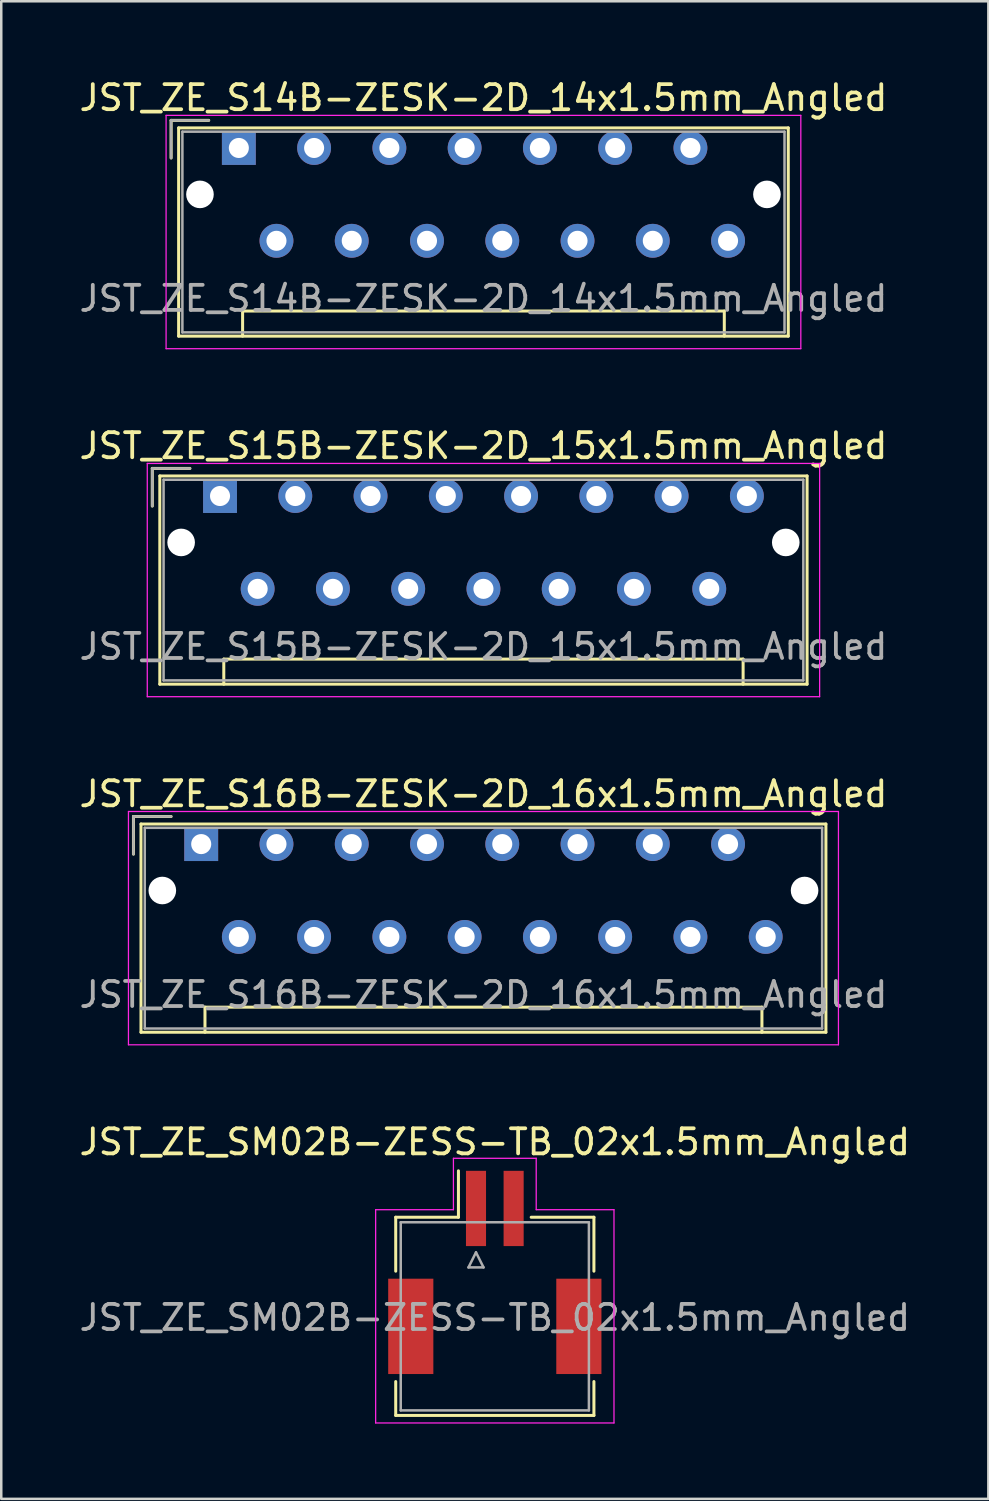
<source format=kicad_pcb>
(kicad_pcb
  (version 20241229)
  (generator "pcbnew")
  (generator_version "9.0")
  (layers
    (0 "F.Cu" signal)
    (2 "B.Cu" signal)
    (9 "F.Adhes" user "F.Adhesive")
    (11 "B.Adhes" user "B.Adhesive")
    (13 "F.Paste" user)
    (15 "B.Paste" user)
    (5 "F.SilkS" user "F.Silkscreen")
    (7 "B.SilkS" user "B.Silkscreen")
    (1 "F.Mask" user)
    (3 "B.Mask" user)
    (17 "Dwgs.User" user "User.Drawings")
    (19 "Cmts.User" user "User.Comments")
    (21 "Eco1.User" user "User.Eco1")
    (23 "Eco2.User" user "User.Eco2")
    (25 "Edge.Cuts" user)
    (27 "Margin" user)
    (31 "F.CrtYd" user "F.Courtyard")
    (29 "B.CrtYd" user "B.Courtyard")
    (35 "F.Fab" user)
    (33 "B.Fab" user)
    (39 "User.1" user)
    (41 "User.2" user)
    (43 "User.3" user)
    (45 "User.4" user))
  (footprint "JST_ZE_S14B-ZESK-2D_14x1.5mm_Angled"
    (layer "F.Cu")
    (at 6.47 2.848)
    (property "Reference" "JST_ZE_S14B-ZESK-2D_14x1.5mm_Angled" (at 9.75 -2 0) (layer "F.SilkS") (effects (font (size 1 1) (thickness 0.15))))
    (attr through_hole)
    (fp_line (start -2.7 -1.1) (end -1.2 -1.1) (stroke (width 0.12) (type solid)) (layer "F.SilkS"))
    (fp_line (start -2.7 0.4) (end -2.7 -1.1) (stroke (width 0.12) (type solid)) (layer "F.SilkS"))
    (fp_line (start -2.4 -0.8) (end -2.4 7.5) (stroke (width 0.12) (type solid)) (layer "F.SilkS"))
    (fp_line (start -2.4 7.5) (end 21.9 7.5) (stroke (width 0.12) (type solid)) (layer "F.SilkS"))
    (fp_line (start 0.15 6.5) (end 19.35 6.5) (stroke (width 0.12) (type solid)) (layer "F.SilkS"))
    (fp_line (start 0.15 7.5) (end 0.15 6.5) (stroke (width 0.12) (type solid)) (layer "F.SilkS"))
    (fp_line (start 19.35 6.5) (end 19.35 7.5) (stroke (width 0.12) (type solid)) (layer "F.SilkS"))
    (fp_line (start 21.9 -0.8) (end -2.4 -0.8) (stroke (width 0.12) (type solid)) (layer "F.SilkS"))
    (fp_line (start 21.9 7.5) (end 21.9 -0.8) (stroke (width 0.12) (type solid)) (layer "F.SilkS"))
    (fp_line (start -2.9 -1.3) (end -2.9 8) (stroke (width 0.05) (type solid)) (layer "F.CrtYd"))
    (fp_line (start -2.9 8) (end 22.4 8) (stroke (width 0.05) (type solid)) (layer "F.CrtYd"))
    (fp_line (start 22.4 -1.3) (end -2.9 -1.3) (stroke (width 0.05) (type solid)) (layer "F.CrtYd"))
    (fp_line (start 22.4 8) (end 22.4 -1.3) (stroke (width 0.05) (type solid)) (layer "F.CrtYd"))
    (fp_line (start -2.7 -1.1) (end -1.2 -1.1) (stroke (width 0.1) (type solid)) (layer "F.Fab"))
    (fp_line (start -2.7 0.4) (end -2.7 -1.1) (stroke (width 0.1) (type solid)) (layer "F.Fab"))
    (fp_line (start -2.25 -0.65) (end -2.25 7.35) (stroke (width 0.1) (type solid)) (layer "F.Fab"))
    (fp_line (start -2.25 7.35) (end 21.75 7.35) (stroke (width 0.1) (type solid)) (layer "F.Fab"))
    (fp_line (start 21.75 -0.65) (end -2.25 -0.65) (stroke (width 0.1) (type solid)) (layer "F.Fab"))
    (fp_line (start 21.75 7.35) (end 21.75 -0.65) (stroke (width 0.1) (type solid)) (layer "F.Fab"))
    (fp_text user "${REFERENCE}" (at 9.75 6 0) (layer "F.Fab") (effects (font (size 1 1) (thickness 0.15))))
    (pad "" np_thru_hole circle (at -1.55 1.85) (size 1.1 1.1) (drill 1.1) (layers "*.Cu"))
    (pad "" np_thru_hole circle (at 21.05 1.85) (size 1.1 1.1) (drill 1.1) (layers "*.Cu"))
    (pad "1" thru_hole rect (at 0 0) (size 1.35 1.35) (drill 0.8) (layers "*.Cu" "*.Mask"))
    (pad "2" thru_hole circle (at 1.5 3.7) (size 1.35 1.35) (drill 0.8) (layers "*.Cu" "*.Mask"))
    (pad "3" thru_hole circle (at 3 0) (size 1.35 1.35) (drill 0.8) (layers "*.Cu" "*.Mask"))
    (pad "4" thru_hole circle (at 4.5 3.7) (size 1.35 1.35) (drill 0.8) (layers "*.Cu" "*.Mask"))
    (pad "5" thru_hole circle (at 6 0) (size 1.35 1.35) (drill 0.8) (layers "*.Cu" "*.Mask"))
    (pad "6" thru_hole circle (at 7.5 3.7) (size 1.35 1.35) (drill 0.8) (layers "*.Cu" "*.Mask"))
    (pad "7" thru_hole circle (at 9 0) (size 1.35 1.35) (drill 0.8) (layers "*.Cu" "*.Mask"))
    (pad "8" thru_hole circle (at 10.5 3.7) (size 1.35 1.35) (drill 0.8) (layers "*.Cu" "*.Mask"))
    (pad "9" thru_hole circle (at 12 0) (size 1.35 1.35) (drill 0.8) (layers "*.Cu" "*.Mask"))
    (pad "10" thru_hole circle (at 13.5 3.7) (size 1.35 1.35) (drill 0.8) (layers "*.Cu" "*.Mask"))
    (pad "11" thru_hole circle (at 15 0) (size 1.35 1.35) (drill 0.8) (layers "*.Cu" "*.Mask"))
    (pad "12" thru_hole circle (at 16.5 3.7) (size 1.35 1.35) (drill 0.8) (layers "*.Cu" "*.Mask"))
    (pad "13" thru_hole circle (at 18 0) (size 1.35 1.35) (drill 0.8) (layers "*.Cu" "*.Mask"))
    (pad "14" thru_hole circle (at 19.5 3.7) (size 1.35 1.35) (drill 0.8) (layers "*.Cu" "*.Mask")))
  (footprint "JST_ZE_S16B-ZESK-2D_16x1.5mm_Angled"
    (layer "F.Cu")
    (at 4.97 30.595)
    (property "Reference" "JST_ZE_S16B-ZESK-2D_16x1.5mm_Angled" (at 11.25 -2 0) (layer "F.SilkS") (effects (font (size 1 1) (thickness 0.15))))
    (attr through_hole)
    (fp_line (start -2.7 -1.1) (end -1.2 -1.1) (stroke (width 0.12) (type solid)) (layer "F.SilkS"))
    (fp_line (start -2.7 0.4) (end -2.7 -1.1) (stroke (width 0.12) (type solid)) (layer "F.SilkS"))
    (fp_line (start -2.4 -0.8) (end -2.4 7.5) (stroke (width 0.12) (type solid)) (layer "F.SilkS"))
    (fp_line (start -2.4 7.5) (end 24.9 7.5) (stroke (width 0.12) (type solid)) (layer "F.SilkS"))
    (fp_line (start 0.15 6.5) (end 22.35 6.5) (stroke (width 0.12) (type solid)) (layer "F.SilkS"))
    (fp_line (start 0.15 7.5) (end 0.15 6.5) (stroke (width 0.12) (type solid)) (layer "F.SilkS"))
    (fp_line (start 22.35 6.5) (end 22.35 7.5) (stroke (width 0.12) (type solid)) (layer "F.SilkS"))
    (fp_line (start 24.9 -0.8) (end -2.4 -0.8) (stroke (width 0.12) (type solid)) (layer "F.SilkS"))
    (fp_line (start 24.9 7.5) (end 24.9 -0.8) (stroke (width 0.12) (type solid)) (layer "F.SilkS"))
    (fp_line (start -2.9 -1.3) (end -2.9 8) (stroke (width 0.05) (type solid)) (layer "F.CrtYd"))
    (fp_line (start -2.9 8) (end 25.4 8) (stroke (width 0.05) (type solid)) (layer "F.CrtYd"))
    (fp_line (start 25.4 -1.3) (end -2.9 -1.3) (stroke (width 0.05) (type solid)) (layer "F.CrtYd"))
    (fp_line (start 25.4 8) (end 25.4 -1.3) (stroke (width 0.05) (type solid)) (layer "F.CrtYd"))
    (fp_line (start -2.7 -1.1) (end -1.2 -1.1) (stroke (width 0.1) (type solid)) (layer "F.Fab"))
    (fp_line (start -2.7 0.4) (end -2.7 -1.1) (stroke (width 0.1) (type solid)) (layer "F.Fab"))
    (fp_line (start -2.25 -0.65) (end -2.25 7.35) (stroke (width 0.1) (type solid)) (layer "F.Fab"))
    (fp_line (start -2.25 7.35) (end 24.75 7.35) (stroke (width 0.1) (type solid)) (layer "F.Fab"))
    (fp_line (start 24.75 -0.65) (end -2.25 -0.65) (stroke (width 0.1) (type solid)) (layer "F.Fab"))
    (fp_line (start 24.75 7.35) (end 24.75 -0.65) (stroke (width 0.1) (type solid)) (layer "F.Fab"))
    (fp_text user "${REFERENCE}" (at 11.25 6 0) (layer "F.Fab") (effects (font (size 1 1) (thickness 0.15))))
    (pad "" np_thru_hole circle (at -1.55 1.85) (size 1.1 1.1) (drill 1.1) (layers "*.Cu"))
    (pad "" np_thru_hole circle (at 24.05 1.85) (size 1.1 1.1) (drill 1.1) (layers "*.Cu"))
    (pad "1" thru_hole rect (at 0 0) (size 1.35 1.35) (drill 0.8) (layers "*.Cu" "*.Mask"))
    (pad "2" thru_hole circle (at 1.5 3.7) (size 1.35 1.35) (drill 0.8) (layers "*.Cu" "*.Mask"))
    (pad "3" thru_hole circle (at 3 0) (size 1.35 1.35) (drill 0.8) (layers "*.Cu" "*.Mask"))
    (pad "4" thru_hole circle (at 4.5 3.7) (size 1.35 1.35) (drill 0.8) (layers "*.Cu" "*.Mask"))
    (pad "5" thru_hole circle (at 6 0) (size 1.35 1.35) (drill 0.8) (layers "*.Cu" "*.Mask"))
    (pad "6" thru_hole circle (at 7.5 3.7) (size 1.35 1.35) (drill 0.8) (layers "*.Cu" "*.Mask"))
    (pad "7" thru_hole circle (at 9 0) (size 1.35 1.35) (drill 0.8) (layers "*.Cu" "*.Mask"))
    (pad "8" thru_hole circle (at 10.5 3.7) (size 1.35 1.35) (drill 0.8) (layers "*.Cu" "*.Mask"))
    (pad "9" thru_hole circle (at 12 0) (size 1.35 1.35) (drill 0.8) (layers "*.Cu" "*.Mask"))
    (pad "10" thru_hole circle (at 13.5 3.7) (size 1.35 1.35) (drill 0.8) (layers "*.Cu" "*.Mask"))
    (pad "11" thru_hole circle (at 15 0) (size 1.35 1.35) (drill 0.8) (layers "*.Cu" "*.Mask"))
    (pad "12" thru_hole circle (at 16.5 3.7) (size 1.35 1.35) (drill 0.8) (layers "*.Cu" "*.Mask"))
    (pad "13" thru_hole circle (at 18 0) (size 1.35 1.35) (drill 0.8) (layers "*.Cu" "*.Mask"))
    (pad "14" thru_hole circle (at 19.5 3.7) (size 1.35 1.35) (drill 0.8) (layers "*.Cu" "*.Mask"))
    (pad "15" thru_hole circle (at 21 0) (size 1.35 1.35) (drill 0.8) (layers "*.Cu" "*.Mask"))
    (pad "16" thru_hole circle (at 22.5 3.7) (size 1.35 1.35) (drill 0.8) (layers "*.Cu" "*.Mask")))
  (footprint "JST_ZE_S15B-ZESK-2D_15x1.5mm_Angled"
    (layer "F.Cu")
    (at 5.72 16.721)
    (property "Reference" "JST_ZE_S15B-ZESK-2D_15x1.5mm_Angled" (at 10.5 -2 0) (layer "F.SilkS") (effects (font (size 1 1) (thickness 0.15))))
    (attr through_hole)
    (fp_line (start -2.7 -1.1) (end -1.2 -1.1) (stroke (width 0.12) (type solid)) (layer "F.SilkS"))
    (fp_line (start -2.7 0.4) (end -2.7 -1.1) (stroke (width 0.12) (type solid)) (layer "F.SilkS"))
    (fp_line (start -2.4 -0.8) (end -2.4 7.5) (stroke (width 0.12) (type solid)) (layer "F.SilkS"))
    (fp_line (start -2.4 7.5) (end 23.4 7.5) (stroke (width 0.12) (type solid)) (layer "F.SilkS"))
    (fp_line (start 0.15 6.5) (end 20.85 6.5) (stroke (width 0.12) (type solid)) (layer "F.SilkS"))
    (fp_line (start 0.15 7.5) (end 0.15 6.5) (stroke (width 0.12) (type solid)) (layer "F.SilkS"))
    (fp_line (start 20.85 6.5) (end 20.85 7.5) (stroke (width 0.12) (type solid)) (layer "F.SilkS"))
    (fp_line (start 23.4 -0.8) (end -2.4 -0.8) (stroke (width 0.12) (type solid)) (layer "F.SilkS"))
    (fp_line (start 23.4 7.5) (end 23.4 -0.8) (stroke (width 0.12) (type solid)) (layer "F.SilkS"))
    (fp_line (start -2.9 -1.3) (end -2.9 8) (stroke (width 0.05) (type solid)) (layer "F.CrtYd"))
    (fp_line (start -2.9 8) (end 23.9 8) (stroke (width 0.05) (type solid)) (layer "F.CrtYd"))
    (fp_line (start 23.9 -1.3) (end -2.9 -1.3) (stroke (width 0.05) (type solid)) (layer "F.CrtYd"))
    (fp_line (start 23.9 8) (end 23.9 -1.3) (stroke (width 0.05) (type solid)) (layer "F.CrtYd"))
    (fp_line (start -2.7 -1.1) (end -1.2 -1.1) (stroke (width 0.1) (type solid)) (layer "F.Fab"))
    (fp_line (start -2.7 0.4) (end -2.7 -1.1) (stroke (width 0.1) (type solid)) (layer "F.Fab"))
    (fp_line (start -2.25 -0.65) (end -2.25 7.35) (stroke (width 0.1) (type solid)) (layer "F.Fab"))
    (fp_line (start -2.25 7.35) (end 23.25 7.35) (stroke (width 0.1) (type solid)) (layer "F.Fab"))
    (fp_line (start 23.25 -0.65) (end -2.25 -0.65) (stroke (width 0.1) (type solid)) (layer "F.Fab"))
    (fp_line (start 23.25 7.35) (end 23.25 -0.65) (stroke (width 0.1) (type solid)) (layer "F.Fab"))
    (fp_text user "${REFERENCE}" (at 10.5 6 0) (layer "F.Fab") (effects (font (size 1 1) (thickness 0.15))))
    (pad "" np_thru_hole circle (at -1.55 1.85) (size 1.1 1.1) (drill 1.1) (layers "*.Cu"))
    (pad "" np_thru_hole circle (at 22.55 1.85) (size 1.1 1.1) (drill 1.1) (layers "*.Cu"))
    (pad "1" thru_hole rect (at 0 0) (size 1.35 1.35) (drill 0.8) (layers "*.Cu" "*.Mask"))
    (pad "2" thru_hole circle (at 1.5 3.7) (size 1.35 1.35) (drill 0.8) (layers "*.Cu" "*.Mask"))
    (pad "3" thru_hole circle (at 3 0) (size 1.35 1.35) (drill 0.8) (layers "*.Cu" "*.Mask"))
    (pad "4" thru_hole circle (at 4.5 3.7) (size 1.35 1.35) (drill 0.8) (layers "*.Cu" "*.Mask"))
    (pad "5" thru_hole circle (at 6 0) (size 1.35 1.35) (drill 0.8) (layers "*.Cu" "*.Mask"))
    (pad "6" thru_hole circle (at 7.5 3.7) (size 1.35 1.35) (drill 0.8) (layers "*.Cu" "*.Mask"))
    (pad "7" thru_hole circle (at 9 0) (size 1.35 1.35) (drill 0.8) (layers "*.Cu" "*.Mask"))
    (pad "8" thru_hole circle (at 10.5 3.7) (size 1.35 1.35) (drill 0.8) (layers "*.Cu" "*.Mask"))
    (pad "9" thru_hole circle (at 12 0) (size 1.35 1.35) (drill 0.8) (layers "*.Cu" "*.Mask"))
    (pad "10" thru_hole circle (at 13.5 3.7) (size 1.35 1.35) (drill 0.8) (layers "*.Cu" "*.Mask"))
    (pad "11" thru_hole circle (at 15 0) (size 1.35 1.35) (drill 0.8) (layers "*.Cu" "*.Mask"))
    (pad "12" thru_hole circle (at 16.5 3.7) (size 1.35 1.35) (drill 0.8) (layers "*.Cu" "*.Mask"))
    (pad "13" thru_hole circle (at 18 0) (size 1.35 1.35) (drill 0.8) (layers "*.Cu" "*.Mask"))
    (pad "14" thru_hole circle (at 19.5 3.7) (size 1.35 1.35) (drill 0.8) (layers "*.Cu" "*.Mask"))
    (pad "15" thru_hole circle (at 21 0) (size 1.35 1.35) (drill 0.8) (layers "*.Cu" "*.Mask")))
  (footprint "JST_ZE_SM02B-ZESS-TB_02x1.5mm_Angled"
    (layer "F.Cu")
    (at 16.673 47.468)
    (property "Reference" "JST_ZE_SM02B-ZESS-TB_02x1.5mm_Angled" (at 0 -5 0) (layer "F.SilkS") (effects (font (size 1 1) (thickness 0.15))))
    (attr smd)
    (fp_line (start -3.95 -2) (end -1.45 -2) (stroke (width 0.12) (type solid)) (layer "F.SilkS"))
    (fp_line (start -3.95 0.15) (end -3.95 -2) (stroke (width 0.12) (type solid)) (layer "F.SilkS"))
    (fp_line (start -3.95 4.55) (end -3.95 5.9) (stroke (width 0.12) (type solid)) (layer "F.SilkS"))
    (fp_line (start -3.95 5.9) (end 3.95 5.9) (stroke (width 0.12) (type solid)) (layer "F.SilkS"))
    (fp_line (start -1.45 -2) (end -1.45 -3.85) (stroke (width 0.12) (type solid)) (layer "F.SilkS"))
    (fp_line (start 3.95 -2) (end 1.45 -2) (stroke (width 0.12) (type solid)) (layer "F.SilkS"))
    (fp_line (start 3.95 0.15) (end 3.95 -2) (stroke (width 0.12) (type solid)) (layer "F.SilkS"))
    (fp_line (start 3.95 5.9) (end 3.95 4.55) (stroke (width 0.12) (type solid)) (layer "F.SilkS"))
    (fp_line (start -4.75 -2.3) (end -4.75 6.2) (stroke (width 0.05) (type solid)) (layer "F.CrtYd"))
    (fp_line (start -4.75 6.2) (end 4.75 6.2) (stroke (width 0.05) (type solid)) (layer "F.CrtYd"))
    (fp_line (start -1.65 -4.35) (end -1.65 -2.3) (stroke (width 0.05) (type solid)) (layer "F.CrtYd"))
    (fp_line (start -1.65 -2.3) (end -4.75 -2.3) (stroke (width 0.05) (type solid)) (layer "F.CrtYd"))
    (fp_line (start 1.65 -4.35) (end -1.65 -4.35) (stroke (width 0.05) (type solid)) (layer "F.CrtYd"))
    (fp_line (start 1.65 -2.3) (end 1.65 -4.35) (stroke (width 0.05) (type solid)) (layer "F.CrtYd"))
    (fp_line (start 4.75 -2.3) (end 1.65 -2.3) (stroke (width 0.05) (type solid)) (layer "F.CrtYd"))
    (fp_line (start 4.75 6.2) (end 4.75 -2.3) (stroke (width 0.05) (type solid)) (layer "F.CrtYd"))
    (fp_line (start -3.75 -1.8) (end -3.75 5.7) (stroke (width 0.1) (type solid)) (layer "F.Fab"))
    (fp_line (start -3.75 5.7) (end 3.75 5.7) (stroke (width 0.1) (type solid)) (layer "F.Fab"))
    (fp_line (start -1.05 0) (end -0.45 0) (stroke (width 0.1) (type solid)) (layer "F.Fab"))
    (fp_line (start -0.75 -0.6) (end -1.05 0) (stroke (width 0.1) (type solid)) (layer "F.Fab"))
    (fp_line (start -0.45 0) (end -0.75 -0.6) (stroke (width 0.1) (type solid)) (layer "F.Fab"))
    (fp_line (start 3.75 -1.8) (end -3.75 -1.8) (stroke (width 0.1) (type solid)) (layer "F.Fab"))
    (fp_line (start 3.75 5.7) (end 3.75 -1.8) (stroke (width 0.1) (type solid)) (layer "F.Fab"))
    (fp_text user "${REFERENCE}" (at 0 2 0) (layer "F.Fab") (effects (font (size 1 1) (thickness 0.15))))
    (pad "" smd rect (at -3.35 2.35) (size 1.8 3.8) (layers "F.Cu" "F.Mask" "F.Paste"))
    (pad "" smd rect (at 3.35 2.35) (size 1.8 3.8) (layers "F.Cu" "F.Mask" "F.Paste"))
    (pad "1" smd rect (at -0.75 -2.35) (size 0.8 3) (layers "F.Cu" "F.Mask" "F.Paste"))
    (pad "2" smd rect (at 0.75 -2.35) (size 0.8 3) (layers "F.Cu" "F.Mask" "F.Paste")))
  (gr_rect
    (start -3 -3)
    (end 36.345 56.693)
    (stroke (width 0.1) (type default))
    (fill no)
    (layer "Edge.Cuts")))
</source>
